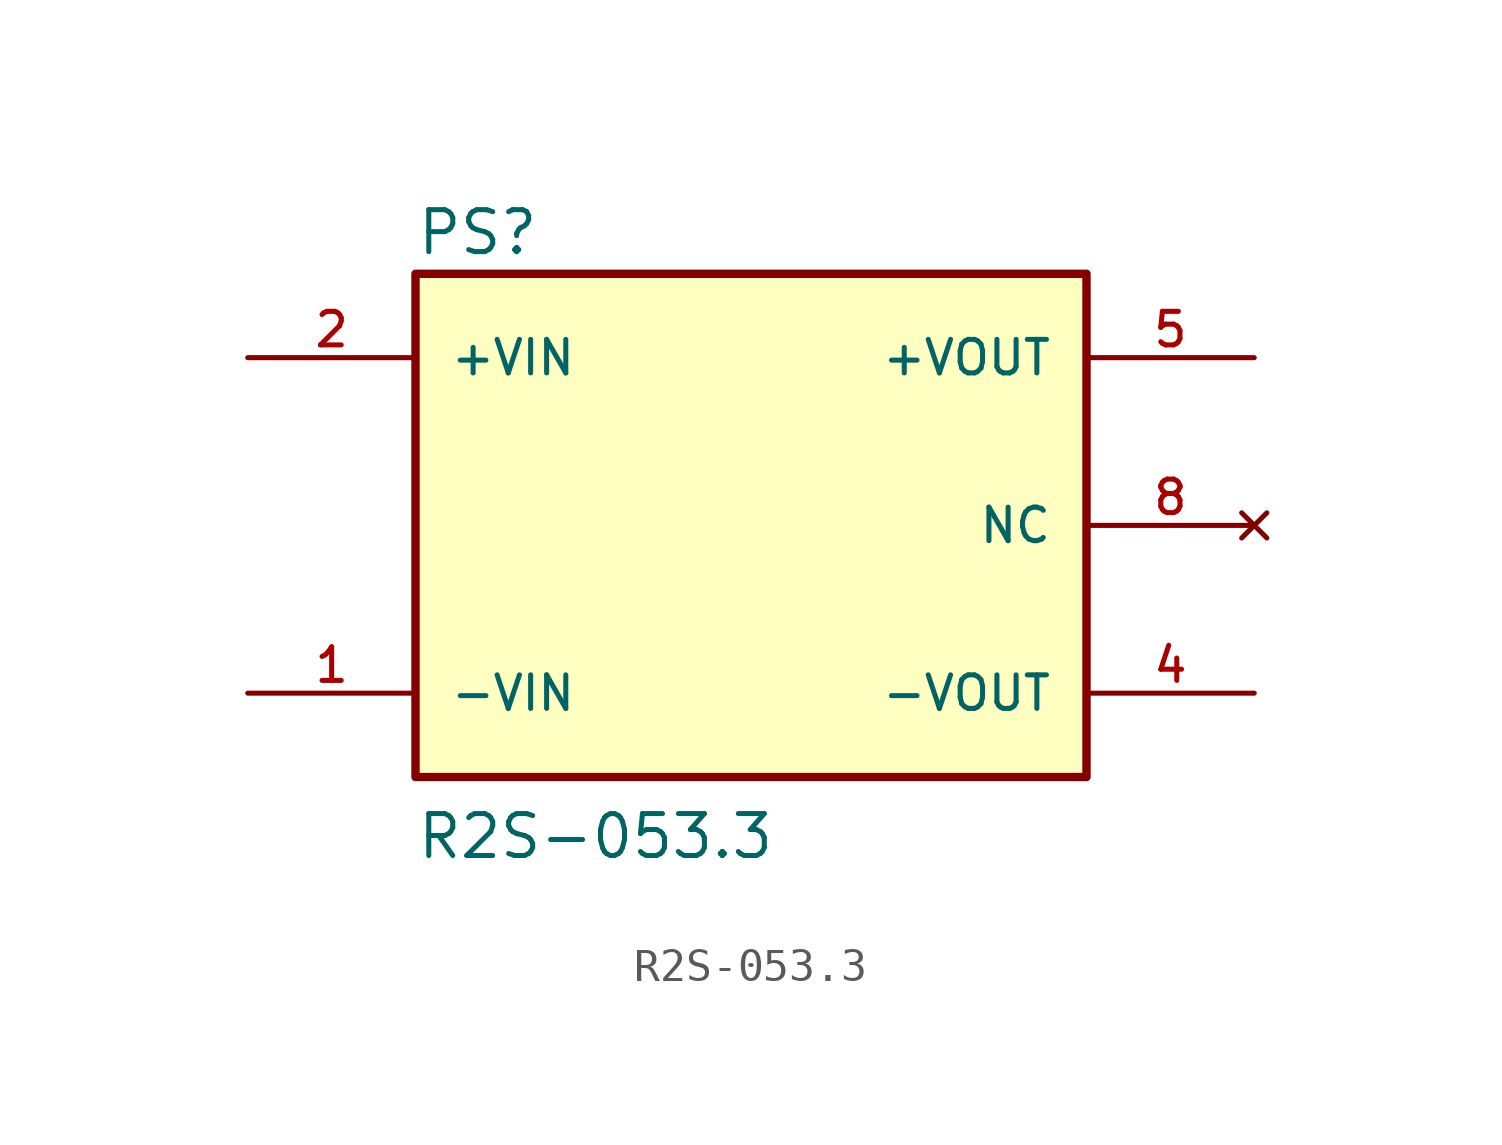
<source format=kicad_sym>
(kicad_symbol_lib
  (version 20211014)
  (generator kicad_symbol_editor)
  (symbol "R2S-053.3"
    (pin_names
      (offset 1.016))
    (property "Reference" "PS"
      (at -10.16 8.128 0)
      (effects (font (size 1.27 1.27)) (justify left bottom)))
    (property "Value" "R2S-053.3"
      (at -10.16 -10.16 0)
      (effects (font (size 1.27 1.27)) (justify left bottom)))
    (property "ki_locked" ""
      (at 0 0 0)
      (effects (font (size 1.27 1.27))))
    (symbol "R2S-053.3_0_0"
      (rectangle (start -10.16 -7.62) (end 10.16 7.62) (stroke (width 0.254) (type default) (color 0 0 0 0)) (fill (type background)))
      (pin input line (at -15.24 -5.08 0) (length 5.08) (name "-VIN" (effects (font (size 1.016 1.016)))) (number "1" (effects (font (size 1.016 1.016)))))
      (pin input line (at -15.24 5.08 0) (length 5.08) (name "+VIN" (effects (font (size 1.016 1.016)))) (number "2" (effects (font (size 1.016 1.016)))))
      (pin output line (at 15.24 -5.08 180) (length 5.08) (name "-VOUT" (effects (font (size 1.016 1.016)))) (number "4" (effects (font (size 1.016 1.016)))))
      (pin output line (at 15.24 5.08 180) (length 5.08) (name "+VOUT" (effects (font (size 1.016 1.016)))) (number "5" (effects (font (size 1.016 1.016)))))
      (pin no_connect line (at 15.24 0 180) (length 5.08) (name "NC" (effects (font (size 1.016 1.016)))) (number "8" (effects (font (size 1.016 1.016))))))))
</source>
